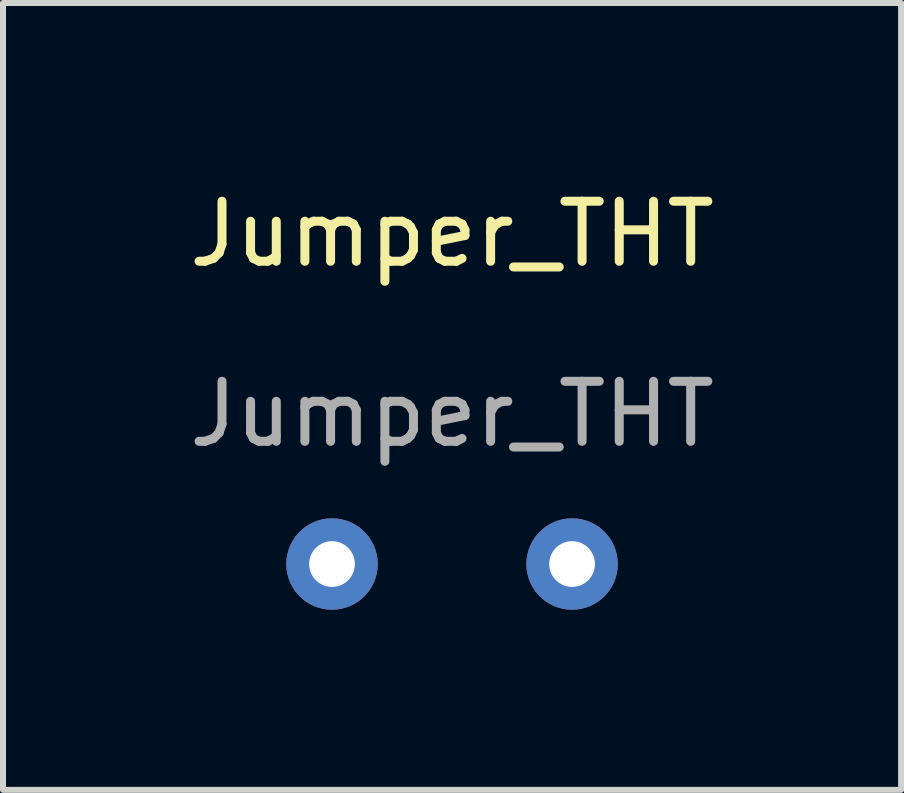
<source format=kicad_pcb>
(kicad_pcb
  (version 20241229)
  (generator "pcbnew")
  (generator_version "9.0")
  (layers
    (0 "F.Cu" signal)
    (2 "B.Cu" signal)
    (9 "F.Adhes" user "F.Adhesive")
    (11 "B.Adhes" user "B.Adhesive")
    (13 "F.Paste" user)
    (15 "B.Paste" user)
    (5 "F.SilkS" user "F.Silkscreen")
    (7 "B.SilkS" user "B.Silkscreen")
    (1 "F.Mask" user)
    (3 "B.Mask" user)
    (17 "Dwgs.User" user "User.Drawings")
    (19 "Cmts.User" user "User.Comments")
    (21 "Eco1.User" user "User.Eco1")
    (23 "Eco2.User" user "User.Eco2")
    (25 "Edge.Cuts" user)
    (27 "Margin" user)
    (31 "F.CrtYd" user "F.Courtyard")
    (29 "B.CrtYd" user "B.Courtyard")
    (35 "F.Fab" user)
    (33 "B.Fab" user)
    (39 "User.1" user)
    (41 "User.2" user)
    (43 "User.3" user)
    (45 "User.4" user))
  (footprint "Jumper_THT"
    (layer "F.Cu")
    (at 4.482 1.348)
    (property "Reference" "Jumper_THT" (at 0 -0.5 0) (unlocked yes) (layer "F.SilkS") (effects (font (size 1 1) (thickness 0.15))))
    (attr through_hole)
    (fp_text user "${REFERENCE}" (at 0 2.5 0) (unlocked yes) (layer "F.Fab") (effects (font (size 1 1) (thickness 0.15))))
    (pad "1" thru_hole circle (at -2 5) (size 1.524 1.524) (drill 0.762) (layers "*.Cu" "*.Mask"))
    (pad "2" thru_hole circle (at 2 5) (size 1.524 1.524) (drill 0.762) (layers "*.Cu" "*.Mask")))
  (gr_rect
    (start -3 -3)
    (end 11.964 10.11)
    (stroke (width 0.1) (type default))
    (fill no)
    (layer "Edge.Cuts")))
</source>
